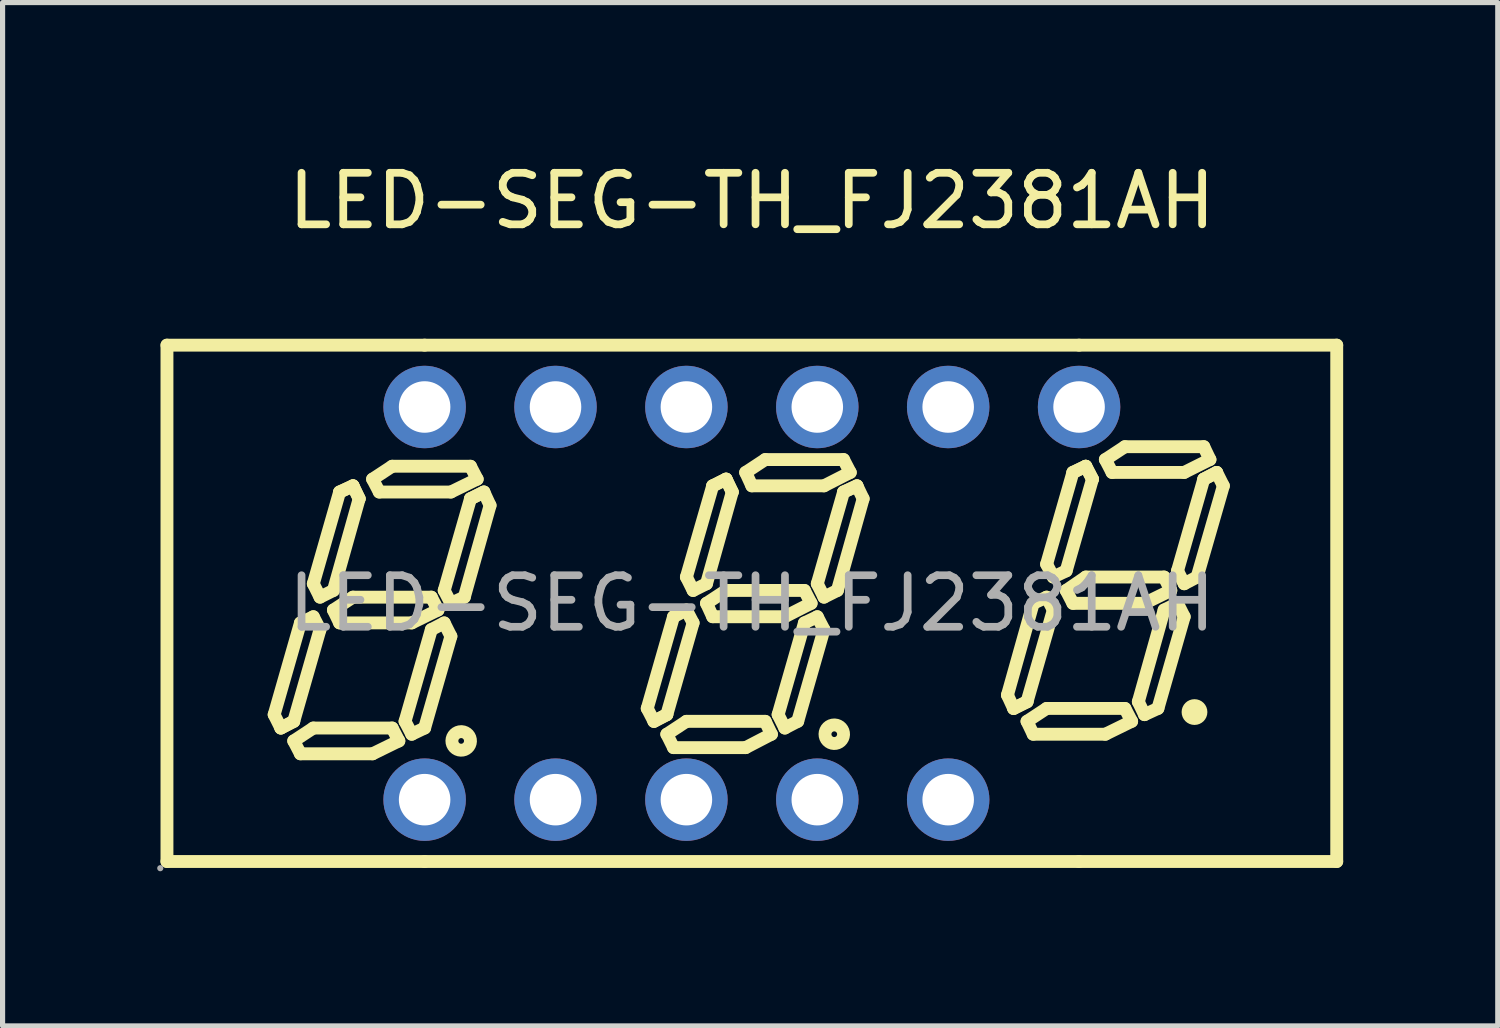
<source format=kicad_pcb>
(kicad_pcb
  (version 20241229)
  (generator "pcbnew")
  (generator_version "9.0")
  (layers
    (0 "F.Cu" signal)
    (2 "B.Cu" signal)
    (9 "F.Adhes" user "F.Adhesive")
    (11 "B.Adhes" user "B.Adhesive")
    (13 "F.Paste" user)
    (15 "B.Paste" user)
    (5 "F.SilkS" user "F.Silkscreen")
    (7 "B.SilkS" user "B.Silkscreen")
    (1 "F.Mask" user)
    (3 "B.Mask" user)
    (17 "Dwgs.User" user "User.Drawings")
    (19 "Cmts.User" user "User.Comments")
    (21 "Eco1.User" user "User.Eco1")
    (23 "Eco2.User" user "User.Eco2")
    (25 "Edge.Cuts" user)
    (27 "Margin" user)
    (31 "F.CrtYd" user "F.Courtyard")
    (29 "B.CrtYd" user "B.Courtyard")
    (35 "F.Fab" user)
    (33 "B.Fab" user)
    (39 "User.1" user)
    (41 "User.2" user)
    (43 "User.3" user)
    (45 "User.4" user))
  (footprint "LED-SEG-TH_FJ2381AH"
    (layer "F.Cu")
    (at 11.54 8.658)
    (property "Reference" "LED-SEG-TH_FJ2381AH" (at 0 -7.81 0) (layer "F.SilkS") (effects (font (size 1 1) (thickness 0.15))))
    (attr through_hole)
    (fp_line (start -11.35 -5.01) (end -6.35 -5.01) (stroke (width 0.25) (type solid)) (layer "F.SilkS"))
    (fp_line (start -11.35 5.01) (end -11.35 -5.01) (stroke (width 0.25) (type solid)) (layer "F.SilkS"))
    (fp_line (start -9.27 2.16) (end -9.14 2.42) (stroke (width 0.25) (type solid)) (layer "F.SilkS"))
    (fp_line (start -9.14 2.42) (end -8.89 2.29) (stroke (width 0.25) (type solid)) (layer "F.SilkS"))
    (fp_line (start -9.14 2.42) (end -8.89 2.29) (stroke (width 0.25) (type solid)) (layer "F.SilkS"))
    (fp_line (start -8.89 2.29) (end -8.38 0.51) (stroke (width 0.25) (type solid)) (layer "F.SilkS"))
    (fp_line (start -8.89 2.67) (end -8.51 2.42) (stroke (width 0.25) (type solid)) (layer "F.SilkS"))
    (fp_line (start -8.76 0.38) (end -9.27 2.16) (stroke (width 0.25) (type solid)) (layer "F.SilkS"))
    (fp_line (start -8.76 2.92) (end -8.89 2.67) (stroke (width 0.25) (type solid)) (layer "F.SilkS"))
    (fp_line (start -8.51 -0.38) (end -8.38 -0.12) (stroke (width 0.25) (type solid)) (layer "F.SilkS"))
    (fp_line (start -8.51 0.26) (end -8.76 0.38) (stroke (width 0.25) (type solid)) (layer "F.SilkS"))
    (fp_line (start -8.51 2.42) (end -6.98 2.42) (stroke (width 0.25) (type solid)) (layer "F.SilkS"))
    (fp_line (start -8.38 -0.12) (end -8.12 -0.25) (stroke (width 0.25) (type solid)) (layer "F.SilkS"))
    (fp_line (start -8.38 0.51) (end -8.51 0.26) (stroke (width 0.25) (type solid)) (layer "F.SilkS"))
    (fp_line (start -8.12 -0.25) (end -7.62 -2.03) (stroke (width 0.25) (type solid)) (layer "F.SilkS"))
    (fp_line (start -8.12 0.13) (end -7.74 -0.12) (stroke (width 0.25) (type solid)) (layer "F.SilkS"))
    (fp_line (start -8 -2.16) (end -8.51 -0.38) (stroke (width 0.25) (type solid)) (layer "F.SilkS"))
    (fp_line (start -8 -2.16) (end -7.74 -2.28) (stroke (width 0.25) (type solid)) (layer "F.SilkS"))
    (fp_line (start -8 0.38) (end -8.12 0.13) (stroke (width 0.25) (type solid)) (layer "F.SilkS"))
    (fp_line (start -7.74 -2.28) (end -8 -2.16) (stroke (width 0.25) (type solid)) (layer "F.SilkS"))
    (fp_line (start -7.74 -2.28) (end -7.62 -2.03) (stroke (width 0.25) (type solid)) (layer "F.SilkS"))
    (fp_line (start -7.74 -0.12) (end -6.22 -0.12) (stroke (width 0.25) (type solid)) (layer "F.SilkS"))
    (fp_line (start -7.62 -2.03) (end -7.74 -2.28) (stroke (width 0.25) (type solid)) (layer "F.SilkS"))
    (fp_line (start -7.36 -2.41) (end -6.98 -2.66) (stroke (width 0.25) (type solid)) (layer "F.SilkS"))
    (fp_line (start -7.36 2.92) (end -8.76 2.92) (stroke (width 0.25) (type solid)) (layer "F.SilkS"))
    (fp_line (start -7.23 -2.16) (end -7.36 -2.41) (stroke (width 0.25) (type solid)) (layer "F.SilkS"))
    (fp_line (start -6.98 -2.66) (end -5.46 -2.66) (stroke (width 0.25) (type solid)) (layer "F.SilkS"))
    (fp_line (start -6.98 2.42) (end -6.85 2.67) (stroke (width 0.25) (type solid)) (layer "F.SilkS"))
    (fp_line (start -6.85 2.67) (end -7.36 2.92) (stroke (width 0.25) (type solid)) (layer "F.SilkS"))
    (fp_line (start -6.73 2.29) (end -6.6 2.54) (stroke (width 0.25) (type solid)) (layer "F.SilkS"))
    (fp_line (start -6.6 0.38) (end -8 0.38) (stroke (width 0.25) (type solid)) (layer "F.SilkS"))
    (fp_line (start -6.6 2.54) (end -6.35 2.42) (stroke (width 0.25) (type solid)) (layer "F.SilkS"))
    (fp_line (start -6.35 -5.01) (end 6.35 -5.01) (stroke (width 0.25) (type solid)) (layer "F.SilkS"))
    (fp_line (start -6.35 2.42) (end -5.84 0.64) (stroke (width 0.25) (type solid)) (layer "F.SilkS"))
    (fp_line (start -6.35 5.01) (end -11.35 5.01) (stroke (width 0.25) (type solid)) (layer "F.SilkS"))
    (fp_line (start -6.22 -0.12) (end -6.09 0.13) (stroke (width 0.25) (type solid)) (layer "F.SilkS"))
    (fp_line (start -6.22 0.51) (end -6.73 2.29) (stroke (width 0.25) (type solid)) (layer "F.SilkS"))
    (fp_line (start -6.09 0.13) (end -6.6 0.38) (stroke (width 0.25) (type solid)) (layer "F.SilkS"))
    (fp_line (start -5.97 -0.25) (end -5.46 -2.03) (stroke (width 0.25) (type solid)) (layer "F.SilkS"))
    (fp_line (start -5.97 0.38) (end -6.22 0.51) (stroke (width 0.25) (type solid)) (layer "F.SilkS"))
    (fp_line (start -5.84 -2.16) (end -7.23 -2.16) (stroke (width 0.25) (type solid)) (layer "F.SilkS"))
    (fp_line (start -5.84 0) (end -5.97 -0.25) (stroke (width 0.25) (type solid)) (layer "F.SilkS"))
    (fp_line (start -5.84 0.64) (end -5.97 0.38) (stroke (width 0.25) (type solid)) (layer "F.SilkS"))
    (fp_line (start -5.58 -0.12) (end -5.84 0) (stroke (width 0.25) (type solid)) (layer "F.SilkS"))
    (fp_line (start -5.46 -2.66) (end -5.33 -2.41) (stroke (width 0.25) (type solid)) (layer "F.SilkS"))
    (fp_line (start -5.46 -2.03) (end -5.2 -2.16) (stroke (width 0.25) (type solid)) (layer "F.SilkS"))
    (fp_line (start -5.33 -2.41) (end -5.84 -2.16) (stroke (width 0.25) (type solid)) (layer "F.SilkS"))
    (fp_line (start -5.2 -2.16) (end -5.46 -2.03) (stroke (width 0.25) (type solid)) (layer "F.SilkS"))
    (fp_line (start -5.2 -2.16) (end -5.08 -1.9) (stroke (width 0.25) (type solid)) (layer "F.SilkS"))
    (fp_line (start -5.08 -1.9) (end -5.58 -0.12) (stroke (width 0.25) (type solid)) (layer "F.SilkS"))
    (fp_line (start -2.03 2.04) (end -1.9 2.29) (stroke (width 0.25) (type solid)) (layer "F.SilkS"))
    (fp_line (start -1.9 2.29) (end -1.65 2.16) (stroke (width 0.25) (type solid)) (layer "F.SilkS"))
    (fp_line (start -1.9 2.29) (end -1.65 2.16) (stroke (width 0.25) (type solid)) (layer "F.SilkS"))
    (fp_line (start -1.65 2.16) (end -1.14 0.38) (stroke (width 0.25) (type solid)) (layer "F.SilkS"))
    (fp_line (start -1.65 2.54) (end -1.27 2.29) (stroke (width 0.25) (type solid)) (layer "F.SilkS"))
    (fp_line (start -1.52 0.26) (end -2.03 2.04) (stroke (width 0.25) (type solid)) (layer "F.SilkS"))
    (fp_line (start -1.52 2.8) (end -1.65 2.54) (stroke (width 0.25) (type solid)) (layer "F.SilkS"))
    (fp_line (start -1.27 -0.51) (end -1.14 -0.25) (stroke (width 0.25) (type solid)) (layer "F.SilkS"))
    (fp_line (start -1.27 0.13) (end -1.52 0.26) (stroke (width 0.25) (type solid)) (layer "F.SilkS"))
    (fp_line (start -1.27 2.29) (end 0.26 2.29) (stroke (width 0.25) (type solid)) (layer "F.SilkS"))
    (fp_line (start -1.14 -0.25) (end -0.88 -0.38) (stroke (width 0.25) (type solid)) (layer "F.SilkS"))
    (fp_line (start -1.14 0.38) (end -1.27 0.13) (stroke (width 0.25) (type solid)) (layer "F.SilkS"))
    (fp_line (start -0.88 -0.38) (end -0.38 -2.16) (stroke (width 0.25) (type solid)) (layer "F.SilkS"))
    (fp_line (start -0.88 0) (end -0.5 -0.25) (stroke (width 0.25) (type solid)) (layer "F.SilkS"))
    (fp_line (start -0.76 -2.28) (end -1.27 -0.51) (stroke (width 0.25) (type solid)) (layer "F.SilkS"))
    (fp_line (start -0.76 0.26) (end -0.88 0) (stroke (width 0.25) (type solid)) (layer "F.SilkS"))
    (fp_line (start -0.5 -2.41) (end -0.76 -2.28) (stroke (width 0.25) (type solid)) (layer "F.SilkS"))
    (fp_line (start -0.5 -2.41) (end -0.76 -2.28) (stroke (width 0.25) (type solid)) (layer "F.SilkS"))
    (fp_line (start -0.5 -0.25) (end 1.02 -0.25) (stroke (width 0.25) (type solid)) (layer "F.SilkS"))
    (fp_line (start -0.38 -2.16) (end -0.5 -2.41) (stroke (width 0.25) (type solid)) (layer "F.SilkS"))
    (fp_line (start -0.38 -2.16) (end -0.5 -2.41) (stroke (width 0.25) (type solid)) (layer "F.SilkS"))
    (fp_line (start -0.12 -2.54) (end 0.26 -2.79) (stroke (width 0.25) (type solid)) (layer "F.SilkS"))
    (fp_line (start -0.12 2.8) (end -1.52 2.8) (stroke (width 0.25) (type solid)) (layer "F.SilkS"))
    (fp_line (start 0 -2.28) (end -0.12 -2.54) (stroke (width 0.25) (type solid)) (layer "F.SilkS"))
    (fp_line (start 0.26 -2.79) (end 1.78 -2.79) (stroke (width 0.25) (type solid)) (layer "F.SilkS"))
    (fp_line (start 0.26 2.29) (end 0.38 2.54) (stroke (width 0.25) (type solid)) (layer "F.SilkS"))
    (fp_line (start 0.38 2.54) (end -0.12 2.8) (stroke (width 0.25) (type solid)) (layer "F.SilkS"))
    (fp_line (start 0.51 2.16) (end 0.64 2.42) (stroke (width 0.25) (type solid)) (layer "F.SilkS"))
    (fp_line (start 0.64 0.26) (end -0.76 0.26) (stroke (width 0.25) (type solid)) (layer "F.SilkS"))
    (fp_line (start 0.64 2.42) (end 0.89 2.29) (stroke (width 0.25) (type solid)) (layer "F.SilkS"))
    (fp_line (start 0.89 2.29) (end 1.4 0.51) (stroke (width 0.25) (type solid)) (layer "F.SilkS"))
    (fp_line (start 1.02 -0.25) (end 1.15 0) (stroke (width 0.25) (type solid)) (layer "F.SilkS"))
    (fp_line (start 1.02 0.38) (end 0.51 2.16) (stroke (width 0.25) (type solid)) (layer "F.SilkS"))
    (fp_line (start 1.15 0) (end 0.64 0.26) (stroke (width 0.25) (type solid)) (layer "F.SilkS"))
    (fp_line (start 1.27 -0.38) (end 1.4 -0.12) (stroke (width 0.25) (type solid)) (layer "F.SilkS"))
    (fp_line (start 1.27 0.26) (end 1.02 0.38) (stroke (width 0.25) (type solid)) (layer "F.SilkS"))
    (fp_line (start 1.4 -2.28) (end 0 -2.28) (stroke (width 0.25) (type solid)) (layer "F.SilkS"))
    (fp_line (start 1.4 -0.12) (end 1.66 -0.25) (stroke (width 0.25) (type solid)) (layer "F.SilkS"))
    (fp_line (start 1.4 0.51) (end 1.27 0.26) (stroke (width 0.25) (type solid)) (layer "F.SilkS"))
    (fp_line (start 1.66 -0.25) (end 2.16 -2.03) (stroke (width 0.25) (type solid)) (layer "F.SilkS"))
    (fp_line (start 1.78 -2.79) (end 1.91 -2.54) (stroke (width 0.25) (type solid)) (layer "F.SilkS"))
    (fp_line (start 1.78 -2.16) (end 1.27 -0.38) (stroke (width 0.25) (type solid)) (layer "F.SilkS"))
    (fp_line (start 1.78 -2.16) (end 2.04 -2.28) (stroke (width 0.25) (type solid)) (layer "F.SilkS"))
    (fp_line (start 1.91 -2.54) (end 1.4 -2.28) (stroke (width 0.25) (type solid)) (layer "F.SilkS"))
    (fp_line (start 2.04 -2.28) (end 1.78 -2.16) (stroke (width 0.25) (type solid)) (layer "F.SilkS"))
    (fp_line (start 2.16 -2.03) (end 2.04 -2.28) (stroke (width 0.25) (type solid)) (layer "F.SilkS"))
    (fp_line (start 4.96 1.78) (end 5.08 2.04) (stroke (width 0.25) (type solid)) (layer "F.SilkS"))
    (fp_line (start 5.08 2.04) (end 5.34 1.91) (stroke (width 0.25) (type solid)) (layer "F.SilkS"))
    (fp_line (start 5.08 2.04) (end 5.34 1.91) (stroke (width 0.25) (type solid)) (layer "F.SilkS"))
    (fp_line (start 5.34 1.91) (end 5.85 0.13) (stroke (width 0.25) (type solid)) (layer "F.SilkS"))
    (fp_line (start 5.34 2.29) (end 5.72 2.04) (stroke (width 0.25) (type solid)) (layer "F.SilkS"))
    (fp_line (start 5.46 0) (end 4.96 1.78) (stroke (width 0.25) (type solid)) (layer "F.SilkS"))
    (fp_line (start 5.46 2.54) (end 5.34 2.29) (stroke (width 0.25) (type solid)) (layer "F.SilkS"))
    (fp_line (start 5.72 -0.76) (end 5.85 -0.51) (stroke (width 0.25) (type solid)) (layer "F.SilkS"))
    (fp_line (start 5.72 -0.12) (end 5.46 0) (stroke (width 0.25) (type solid)) (layer "F.SilkS"))
    (fp_line (start 5.72 2.04) (end 7.24 2.04) (stroke (width 0.25) (type solid)) (layer "F.SilkS"))
    (fp_line (start 5.85 -0.51) (end 6.1 -0.63) (stroke (width 0.25) (type solid)) (layer "F.SilkS"))
    (fp_line (start 5.85 0.13) (end 5.72 -0.12) (stroke (width 0.25) (type solid)) (layer "F.SilkS"))
    (fp_line (start 6.1 -0.63) (end 6.61 -2.41) (stroke (width 0.25) (type solid)) (layer "F.SilkS"))
    (fp_line (start 6.1 -0.25) (end 6.48 -0.51) (stroke (width 0.25) (type solid)) (layer "F.SilkS"))
    (fp_line (start 6.23 -2.54) (end 5.72 -0.76) (stroke (width 0.25) (type solid)) (layer "F.SilkS"))
    (fp_line (start 6.23 -2.54) (end 6.48 -2.66) (stroke (width 0.25) (type solid)) (layer "F.SilkS"))
    (fp_line (start 6.23 0) (end 6.1 -0.25) (stroke (width 0.25) (type solid)) (layer "F.SilkS"))
    (fp_line (start 6.35 -5.01) (end 11.35 -5.01) (stroke (width 0.25) (type solid)) (layer "F.SilkS"))
    (fp_line (start 6.35 5.01) (end -6.35 5.01) (stroke (width 0.25) (type solid)) (layer "F.SilkS"))
    (fp_line (start 6.48 -2.66) (end 6.23 -2.54) (stroke (width 0.25) (type solid)) (layer "F.SilkS"))
    (fp_line (start 6.48 -2.66) (end 6.61 -2.41) (stroke (width 0.25) (type solid)) (layer "F.SilkS"))
    (fp_line (start 6.48 -0.51) (end 8 -0.51) (stroke (width 0.25) (type solid)) (layer "F.SilkS"))
    (fp_line (start 6.61 -2.41) (end 6.48 -2.66) (stroke (width 0.25) (type solid)) (layer "F.SilkS"))
    (fp_line (start 6.86 -2.79) (end 7.24 -3.04) (stroke (width 0.25) (type solid)) (layer "F.SilkS"))
    (fp_line (start 6.86 2.54) (end 5.46 2.54) (stroke (width 0.25) (type solid)) (layer "F.SilkS"))
    (fp_line (start 6.99 -2.54) (end 6.86 -2.79) (stroke (width 0.25) (type solid)) (layer "F.SilkS"))
    (fp_line (start 7.24 -3.04) (end 8.77 -3.04) (stroke (width 0.25) (type solid)) (layer "F.SilkS"))
    (fp_line (start 7.24 2.04) (end 7.37 2.29) (stroke (width 0.25) (type solid)) (layer "F.SilkS"))
    (fp_line (start 7.37 2.29) (end 6.86 2.54) (stroke (width 0.25) (type solid)) (layer "F.SilkS"))
    (fp_line (start 7.5 1.91) (end 7.62 2.16) (stroke (width 0.25) (type solid)) (layer "F.SilkS"))
    (fp_line (start 7.62 0) (end 6.23 0) (stroke (width 0.25) (type solid)) (layer "F.SilkS"))
    (fp_line (start 7.62 2.16) (end 7.88 2.04) (stroke (width 0.25) (type solid)) (layer "F.SilkS"))
    (fp_line (start 7.88 2.04) (end 8.39 0.26) (stroke (width 0.25) (type solid)) (layer "F.SilkS"))
    (fp_line (start 8 -0.51) (end 8.13 -0.25) (stroke (width 0.25) (type solid)) (layer "F.SilkS"))
    (fp_line (start 8 0.13) (end 7.5 1.91) (stroke (width 0.25) (type solid)) (layer "F.SilkS"))
    (fp_line (start 8.13 -0.25) (end 7.62 0) (stroke (width 0.25) (type solid)) (layer "F.SilkS"))
    (fp_line (start 8.26 -0.63) (end 8.77 -2.41) (stroke (width 0.25) (type solid)) (layer "F.SilkS"))
    (fp_line (start 8.26 0) (end 8 0.13) (stroke (width 0.25) (type solid)) (layer "F.SilkS"))
    (fp_line (start 8.39 -2.54) (end 6.99 -2.54) (stroke (width 0.25) (type solid)) (layer "F.SilkS"))
    (fp_line (start 8.39 -0.38) (end 8.26 -0.63) (stroke (width 0.25) (type solid)) (layer "F.SilkS"))
    (fp_line (start 8.39 0.26) (end 8.26 0) (stroke (width 0.25) (type solid)) (layer "F.SilkS"))
    (fp_line (start 8.64 -0.51) (end 8.39 -0.38) (stroke (width 0.25) (type solid)) (layer "F.SilkS"))
    (fp_line (start 8.77 -3.04) (end 8.89 -2.79) (stroke (width 0.25) (type solid)) (layer "F.SilkS"))
    (fp_line (start 8.77 -2.41) (end 9.02 -2.54) (stroke (width 0.25) (type solid)) (layer "F.SilkS"))
    (fp_line (start 8.89 -2.79) (end 8.39 -2.54) (stroke (width 0.25) (type solid)) (layer "F.SilkS"))
    (fp_line (start 9.02 -2.54) (end 8.77 -2.41) (stroke (width 0.25) (type solid)) (layer "F.SilkS"))
    (fp_line (start 9.02 -2.54) (end 9.15 -2.28) (stroke (width 0.25) (type solid)) (layer "F.SilkS"))
    (fp_line (start 9.15 -2.28) (end 8.64 -0.51) (stroke (width 0.25) (type solid)) (layer "F.SilkS"))
    (fp_line (start 11.35 -5.01) (end 11.35 5.01) (stroke (width 0.25) (type solid)) (layer "F.SilkS"))
    (fp_line (start 11.35 5.01) (end 6.35 5.01) (stroke (width 0.25) (type solid)) (layer "F.SilkS"))
    (fp_arc (start -5.63 2.49) (mid -5.645001 2.850208) (end -5.640001 2.489722) (stroke (width 0.25) (type solid)) (layer "F.SilkS"))
    (fp_arc (start 1.61 2.36) (mid 1.594999 2.720208) (end 1.599999 2.359722) (stroke (width 0.25) (type solid)) (layer "F.SilkS"))
    (fp_arc (start 8.59 2.11) (mid 8.59 2.11) (end 8.59 2.11) (stroke (width 0.25) (type solid)) (layer "F.SilkS"))
    (fp_circle (center -11.48 5.14) (end -11.45 5.14) (stroke (width 0.06) (type solid)) (fill no) (layer "F.Fab"))
    (fp_circle (center -6.35 -3.81) (end -6.15 -3.81) (stroke (width 0.4) (type solid)) (fill no) (layer "F.Fab"))
    (fp_circle (center -6.35 3.81) (end -6.15 3.81) (stroke (width 0.4) (type solid)) (fill no) (layer "F.Fab"))
    (fp_circle (center -3.81 -3.81) (end -3.61 -3.81) (stroke (width 0.4) (type solid)) (fill no) (layer "F.Fab"))
    (fp_circle (center -3.81 3.81) (end -3.61 3.81) (stroke (width 0.4) (type solid)) (fill no) (layer "F.Fab"))
    (fp_circle (center -1.27 -3.81) (end -1.07 -3.81) (stroke (width 0.4) (type solid)) (fill no) (layer "F.Fab"))
    (fp_circle (center -1.27 3.81) (end -1.07 3.81) (stroke (width 0.4) (type solid)) (fill no) (layer "F.Fab"))
    (fp_circle (center 1.27 -3.81) (end 1.47 -3.81) (stroke (width 0.4) (type solid)) (fill no) (layer "F.Fab"))
    (fp_circle (center 1.27 3.81) (end 1.47 3.81) (stroke (width 0.4) (type solid)) (fill no) (layer "F.Fab"))
    (fp_circle (center 3.81 -3.81) (end 4.01 -3.81) (stroke (width 0.4) (type solid)) (fill no) (layer "F.Fab"))
    (fp_circle (center 3.81 3.81) (end 4.01 3.81) (stroke (width 0.4) (type solid)) (fill no) (layer "F.Fab"))
    (fp_circle (center 6.35 -3.81) (end 6.55 -3.81) (stroke (width 0.4) (type solid)) (fill no) (layer "F.Fab"))
    (fp_text user "${REFERENCE}" (at 0 0 0) (layer "F.Fab") (effects (font (size 1 1) (thickness 0.15))))
    (pad "1" thru_hole circle (at -6.35 3.81) (size 1.6 1.6) (drill 1) (layers "*.Cu" "*.Paste" "*.Mask"))
    (pad "2" thru_hole circle (at -3.81 3.81) (size 1.6 1.6) (drill 1) (layers "*.Cu" "*.Paste" "*.Mask"))
    (pad "3" thru_hole circle (at -1.27 3.81) (size 1.6 1.6) (drill 1) (layers "*.Cu" "*.Paste" "*.Mask"))
    (pad "4" thru_hole circle (at 1.27 3.81) (size 1.6 1.6) (drill 1) (layers "*.Cu" "*.Paste" "*.Mask"))
    (pad "5" thru_hole circle (at 3.81 3.81) (size 1.6 1.6) (drill 1) (layers "*.Cu" "*.Paste" "*.Mask"))
    (pad "7" thru_hole circle (at 6.35 -3.81) (size 1.6 1.6) (drill 1) (layers "*.Cu" "*.Paste" "*.Mask"))
    (pad "8" thru_hole circle (at 3.81 -3.81) (size 1.6 1.6) (drill 1) (layers "*.Cu" "*.Paste" "*.Mask"))
    (pad "9" thru_hole circle (at 1.27 -3.81) (size 1.6 1.6) (drill 1) (layers "*.Cu" "*.Paste" "*.Mask"))
    (pad "10" thru_hole circle (at -1.27 -3.81) (size 1.6 1.6) (drill 1) (layers "*.Cu" "*.Paste" "*.Mask"))
    (pad "11" thru_hole circle (at -3.81 -3.81) (size 1.6 1.6) (drill 1) (layers "*.Cu" "*.Paste" "*.Mask"))
    (pad "12" thru_hole circle (at -6.35 -3.81) (size 1.6 1.6) (drill 1) (layers "*.Cu" "*.Paste" "*.Mask")))
  (gr_rect
    (start -3 -3)
    (end 26.015 16.858)
    (stroke (width 0.1) (type default))
    (fill no)
    (layer "Edge.Cuts")))
</source>
